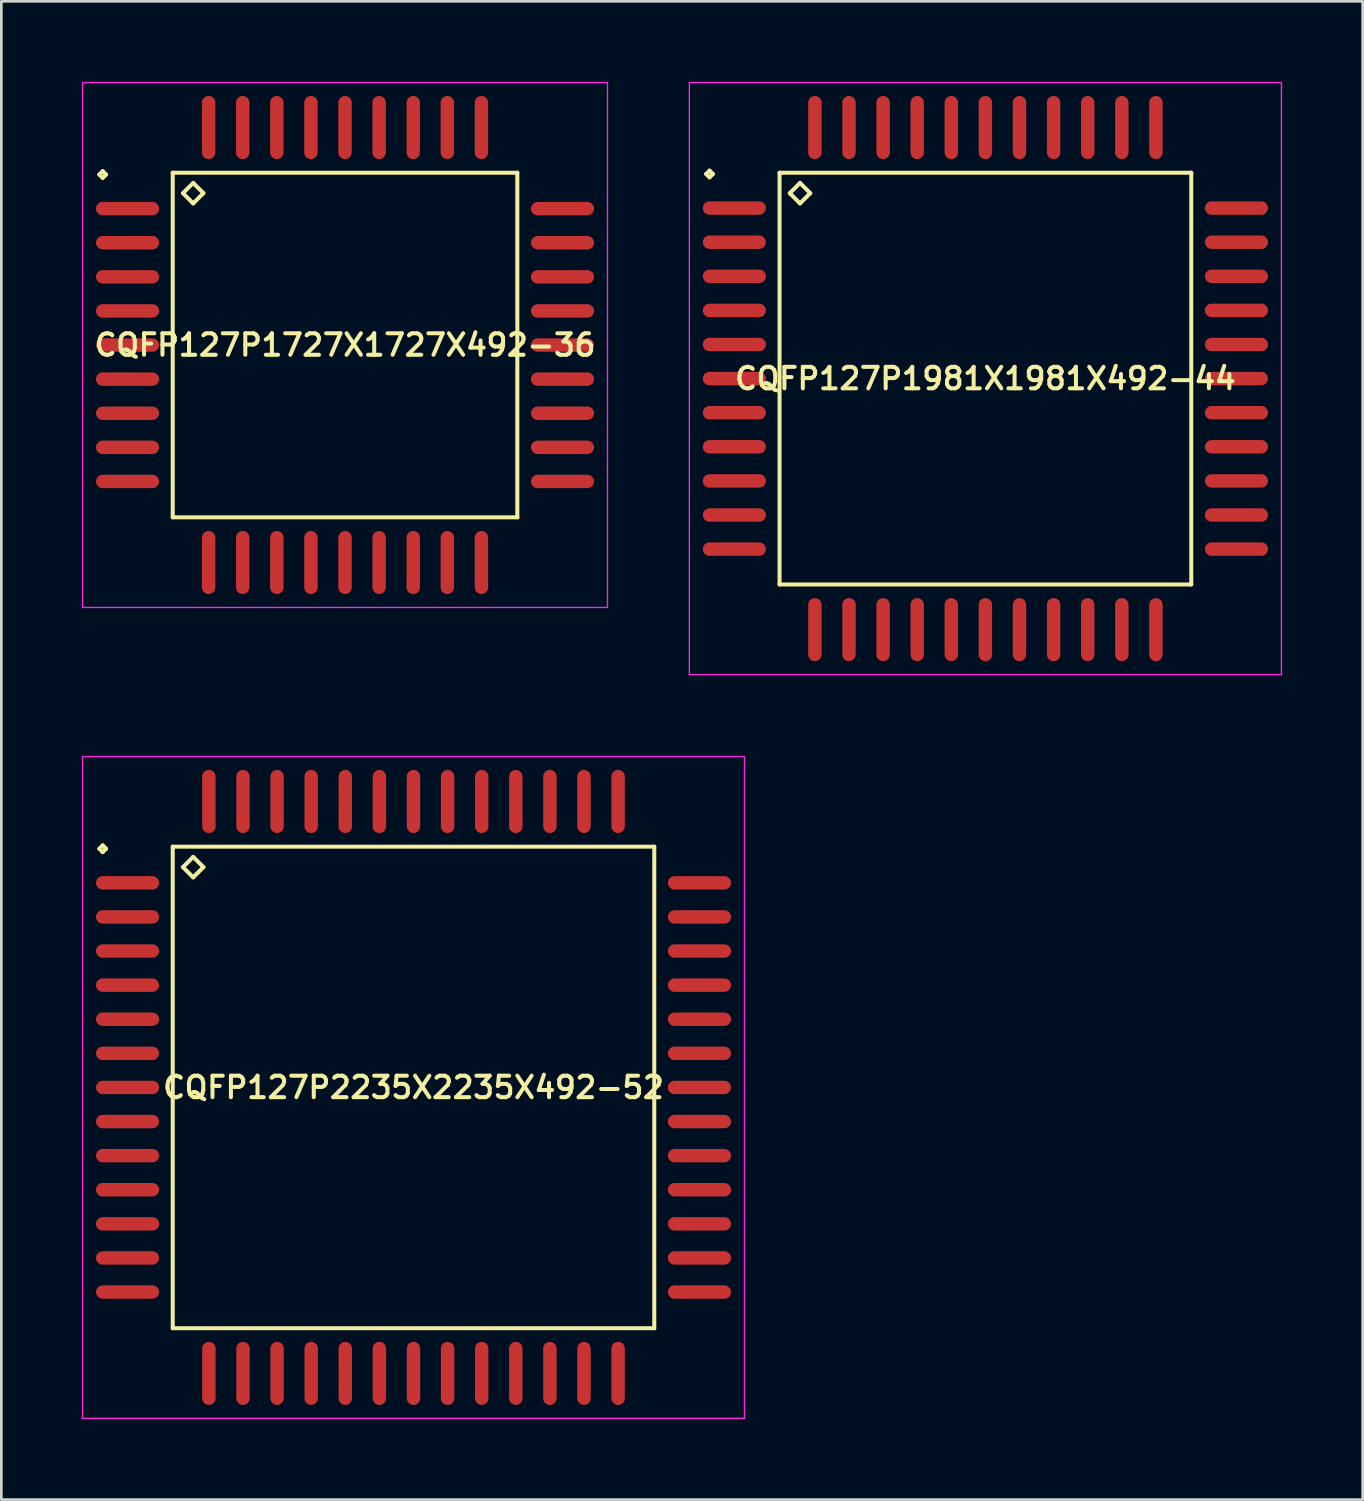
<source format=kicad_pcb>
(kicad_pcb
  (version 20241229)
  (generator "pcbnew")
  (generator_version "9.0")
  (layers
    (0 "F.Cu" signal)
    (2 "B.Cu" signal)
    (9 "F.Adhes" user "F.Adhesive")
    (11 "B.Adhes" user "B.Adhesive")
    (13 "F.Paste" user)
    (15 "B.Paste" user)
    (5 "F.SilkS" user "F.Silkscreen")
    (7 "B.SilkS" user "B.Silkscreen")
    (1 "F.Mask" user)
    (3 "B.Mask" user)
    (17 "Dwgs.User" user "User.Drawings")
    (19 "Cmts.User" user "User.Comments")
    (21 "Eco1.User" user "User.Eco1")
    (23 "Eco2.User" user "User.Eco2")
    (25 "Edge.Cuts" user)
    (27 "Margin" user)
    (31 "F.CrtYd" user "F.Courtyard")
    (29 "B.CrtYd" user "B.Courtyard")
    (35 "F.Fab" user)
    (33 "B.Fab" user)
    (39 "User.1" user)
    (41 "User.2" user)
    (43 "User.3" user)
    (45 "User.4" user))
  (footprint "CQFP127P1727X1727X492-36"
    (layer "F.Cu")
    (at 9.8 9.8)
    (property "Reference" "CQFP127P1727X1727X492-36" (at 0 0 0) (layer "F.SilkS") (effects (font (size 0.8 0.8) (thickness 0.15))))
    (attr smd)
    (fp_line (start -9.15 -6.35) (end -9.025 -6.475) (stroke (width 0.15) (type solid)) (layer "F.SilkS"))
    (fp_line (start -9.025 -6.475) (end -8.9 -6.35) (stroke (width 0.15) (type solid)) (layer "F.SilkS"))
    (fp_line (start -9.025 -6.225) (end -9.15 -6.35) (stroke (width 0.15) (type solid)) (layer "F.SilkS"))
    (fp_line (start -8.9 -6.35) (end -9.025 -6.225) (stroke (width 0.15) (type solid)) (layer "F.SilkS"))
    (fp_line (start -6.417 -6.417) (end -6.417 6.417) (stroke (width 0.15) (type solid)) (layer "F.SilkS"))
    (fp_line (start -6.417 6.417) (end 6.417 6.417) (stroke (width 0.15) (type solid)) (layer "F.SilkS"))
    (fp_line (start -6.036 -5.655) (end -5.655 -6.036) (stroke (width 0.15) (type solid)) (layer "F.SilkS"))
    (fp_line (start -5.655 -6.036) (end -5.274 -5.655) (stroke (width 0.15) (type solid)) (layer "F.SilkS"))
    (fp_line (start -5.655 -5.274) (end -6.036 -5.655) (stroke (width 0.15) (type solid)) (layer "F.SilkS"))
    (fp_line (start -5.274 -5.655) (end -5.655 -5.274) (stroke (width 0.15) (type solid)) (layer "F.SilkS"))
    (fp_line (start 6.417 -6.417) (end -6.417 -6.417) (stroke (width 0.15) (type solid)) (layer "F.SilkS"))
    (fp_line (start 6.417 6.417) (end 6.417 -6.417) (stroke (width 0.15) (type solid)) (layer "F.SilkS"))
    (fp_line (start -9.775 -9.775) (end 9.775 -9.775) (stroke (width 0.05) (type solid)) (layer "F.CrtYd"))
    (fp_line (start -9.775 9.775) (end -9.775 -9.775) (stroke (width 0.05) (type solid)) (layer "F.CrtYd"))
    (fp_line (start 9.775 -9.775) (end 9.775 9.775) (stroke (width 0.05) (type solid)) (layer "F.CrtYd"))
    (fp_line (start 9.775 9.775) (end -9.775 9.775) (stroke (width 0.05) (type solid)) (layer "F.CrtYd"))
    (pad "1" smd oval (at -8.1 -5.08) (size 2.35 0.5) (layers "F.Cu" "F.Mask" "F.Paste"))
    (pad "2" smd oval (at -8.1 -3.81) (size 2.35 0.5) (layers "F.Cu" "F.Mask" "F.Paste"))
    (pad "3" smd oval (at -8.1 -2.54) (size 2.35 0.5) (layers "F.Cu" "F.Mask" "F.Paste"))
    (pad "4" smd oval (at -8.1 -1.27) (size 2.35 0.5) (layers "F.Cu" "F.Mask" "F.Paste"))
    (pad "5" smd oval (at -8.1 0) (size 2.35 0.5) (layers "F.Cu" "F.Mask" "F.Paste"))
    (pad "6" smd oval (at -8.1 1.27) (size 2.35 0.5) (layers "F.Cu" "F.Mask" "F.Paste"))
    (pad "7" smd oval (at -8.1 2.54) (size 2.35 0.5) (layers "F.Cu" "F.Mask" "F.Paste"))
    (pad "8" smd oval (at -8.1 3.81) (size 2.35 0.5) (layers "F.Cu" "F.Mask" "F.Paste"))
    (pad "9" smd oval (at -8.1 5.08) (size 2.35 0.5) (layers "F.Cu" "F.Mask" "F.Paste"))
    (pad "10" smd oval (at -5.08 8.1) (size 0.5 2.35) (layers "F.Cu" "F.Mask" "F.Paste"))
    (pad "11" smd oval (at -3.81 8.1) (size 0.5 2.35) (layers "F.Cu" "F.Mask" "F.Paste"))
    (pad "12" smd oval (at -2.54 8.1) (size 0.5 2.35) (layers "F.Cu" "F.Mask" "F.Paste"))
    (pad "13" smd oval (at -1.27 8.1) (size 0.5 2.35) (layers "F.Cu" "F.Mask" "F.Paste"))
    (pad "14" smd oval (at 0 8.1) (size 0.5 2.35) (layers "F.Cu" "F.Mask" "F.Paste"))
    (pad "15" smd oval (at 1.27 8.1) (size 0.5 2.35) (layers "F.Cu" "F.Mask" "F.Paste"))
    (pad "16" smd oval (at 2.54 8.1) (size 0.5 2.35) (layers "F.Cu" "F.Mask" "F.Paste"))
    (pad "17" smd oval (at 3.81 8.1) (size 0.5 2.35) (layers "F.Cu" "F.Mask" "F.Paste"))
    (pad "18" smd oval (at 5.08 8.1) (size 0.5 2.35) (layers "F.Cu" "F.Mask" "F.Paste"))
    (pad "19" smd oval (at 8.1 5.08) (size 2.35 0.5) (layers "F.Cu" "F.Mask" "F.Paste"))
    (pad "20" smd oval (at 8.1 3.81) (size 2.35 0.5) (layers "F.Cu" "F.Mask" "F.Paste"))
    (pad "21" smd oval (at 8.1 2.54) (size 2.35 0.5) (layers "F.Cu" "F.Mask" "F.Paste"))
    (pad "22" smd oval (at 8.1 1.27) (size 2.35 0.5) (layers "F.Cu" "F.Mask" "F.Paste"))
    (pad "23" smd oval (at 8.1 0) (size 2.35 0.5) (layers "F.Cu" "F.Mask" "F.Paste"))
    (pad "24" smd oval (at 8.1 -1.27) (size 2.35 0.5) (layers "F.Cu" "F.Mask" "F.Paste"))
    (pad "25" smd oval (at 8.1 -2.54) (size 2.35 0.5) (layers "F.Cu" "F.Mask" "F.Paste"))
    (pad "26" smd oval (at 8.1 -3.81) (size 2.35 0.5) (layers "F.Cu" "F.Mask" "F.Paste"))
    (pad "27" smd oval (at 8.1 -5.08) (size 2.35 0.5) (layers "F.Cu" "F.Mask" "F.Paste"))
    (pad "28" smd oval (at 5.08 -8.1) (size 0.5 2.35) (layers "F.Cu" "F.Mask" "F.Paste"))
    (pad "29" smd oval (at 3.81 -8.1) (size 0.5 2.35) (layers "F.Cu" "F.Mask" "F.Paste"))
    (pad "30" smd oval (at 2.54 -8.1) (size 0.5 2.35) (layers "F.Cu" "F.Mask" "F.Paste"))
    (pad "31" smd oval (at 1.27 -8.1) (size 0.5 2.35) (layers "F.Cu" "F.Mask" "F.Paste"))
    (pad "32" smd oval (at 0 -8.1) (size 0.5 2.35) (layers "F.Cu" "F.Mask" "F.Paste"))
    (pad "33" smd oval (at -1.27 -8.1) (size 0.5 2.35) (layers "F.Cu" "F.Mask" "F.Paste"))
    (pad "34" smd oval (at -2.54 -8.1) (size 0.5 2.35) (layers "F.Cu" "F.Mask" "F.Paste"))
    (pad "35" smd oval (at -3.81 -8.1) (size 0.5 2.35) (layers "F.Cu" "F.Mask" "F.Paste"))
    (pad "36" smd oval (at -5.08 -8.1) (size 0.5 2.35) (layers "F.Cu" "F.Mask" "F.Paste")))
  (footprint "CQFP127P2235X2235X492-52"
    (layer "F.Cu")
    (at 12.35 37.45)
    (property "Reference" "CQFP127P2235X2235X492-52" (at 0 0 0) (layer "F.SilkS") (effects (font (size 0.8 0.8) (thickness 0.15))))
    (attr smd)
    (fp_line (start -11.7 -8.89) (end -11.575 -9.015) (stroke (width 0.15) (type solid)) (layer "F.SilkS"))
    (fp_line (start -11.575 -9.015) (end -11.45 -8.89) (stroke (width 0.15) (type solid)) (layer "F.SilkS"))
    (fp_line (start -11.575 -8.765) (end -11.7 -8.89) (stroke (width 0.15) (type solid)) (layer "F.SilkS"))
    (fp_line (start -11.45 -8.89) (end -11.575 -8.765) (stroke (width 0.15) (type solid)) (layer "F.SilkS"))
    (fp_line (start -8.967 -8.967) (end -8.967 8.967) (stroke (width 0.15) (type solid)) (layer "F.SilkS"))
    (fp_line (start -8.967 8.967) (end 8.967 8.967) (stroke (width 0.15) (type solid)) (layer "F.SilkS"))
    (fp_line (start -8.586 -8.205) (end -8.205 -8.586) (stroke (width 0.15) (type solid)) (layer "F.SilkS"))
    (fp_line (start -8.205 -8.586) (end -7.824 -8.205) (stroke (width 0.15) (type solid)) (layer "F.SilkS"))
    (fp_line (start -8.205 -7.824) (end -8.586 -8.205) (stroke (width 0.15) (type solid)) (layer "F.SilkS"))
    (fp_line (start -7.824 -8.205) (end -8.205 -7.824) (stroke (width 0.15) (type solid)) (layer "F.SilkS"))
    (fp_line (start 8.967 -8.967) (end -8.967 -8.967) (stroke (width 0.15) (type solid)) (layer "F.SilkS"))
    (fp_line (start 8.967 8.967) (end 8.967 -8.967) (stroke (width 0.15) (type solid)) (layer "F.SilkS"))
    (fp_line (start -12.325 -12.325) (end 12.325 -12.325) (stroke (width 0.05) (type solid)) (layer "F.CrtYd"))
    (fp_line (start -12.325 12.325) (end -12.325 -12.325) (stroke (width 0.05) (type solid)) (layer "F.CrtYd"))
    (fp_line (start 12.325 -12.325) (end 12.325 12.325) (stroke (width 0.05) (type solid)) (layer "F.CrtYd"))
    (fp_line (start 12.325 12.325) (end -12.325 12.325) (stroke (width 0.05) (type solid)) (layer "F.CrtYd"))
    (pad "1" smd oval (at -10.65 -7.62) (size 2.35 0.5) (layers "F.Cu" "F.Mask" "F.Paste"))
    (pad "2" smd oval (at -10.65 -6.35) (size 2.35 0.5) (layers "F.Cu" "F.Mask" "F.Paste"))
    (pad "3" smd oval (at -10.65 -5.08) (size 2.35 0.5) (layers "F.Cu" "F.Mask" "F.Paste"))
    (pad "4" smd oval (at -10.65 -3.81) (size 2.35 0.5) (layers "F.Cu" "F.Mask" "F.Paste"))
    (pad "5" smd oval (at -10.65 -2.54) (size 2.35 0.5) (layers "F.Cu" "F.Mask" "F.Paste"))
    (pad "6" smd oval (at -10.65 -1.27) (size 2.35 0.5) (layers "F.Cu" "F.Mask" "F.Paste"))
    (pad "7" smd oval (at -10.65 0) (size 2.35 0.5) (layers "F.Cu" "F.Mask" "F.Paste"))
    (pad "8" smd oval (at -10.65 1.27) (size 2.35 0.5) (layers "F.Cu" "F.Mask" "F.Paste"))
    (pad "9" smd oval (at -10.65 2.54) (size 2.35 0.5) (layers "F.Cu" "F.Mask" "F.Paste"))
    (pad "10" smd oval (at -10.65 3.81) (size 2.35 0.5) (layers "F.Cu" "F.Mask" "F.Paste"))
    (pad "11" smd oval (at -10.65 5.08) (size 2.35 0.5) (layers "F.Cu" "F.Mask" "F.Paste"))
    (pad "12" smd oval (at -10.65 6.35) (size 2.35 0.5) (layers "F.Cu" "F.Mask" "F.Paste"))
    (pad "13" smd oval (at -10.65 7.62) (size 2.35 0.5) (layers "F.Cu" "F.Mask" "F.Paste"))
    (pad "14" smd oval (at -7.62 10.65) (size 0.5 2.35) (layers "F.Cu" "F.Mask" "F.Paste"))
    (pad "15" smd oval (at -6.35 10.65) (size 0.5 2.35) (layers "F.Cu" "F.Mask" "F.Paste"))
    (pad "16" smd oval (at -5.08 10.65) (size 0.5 2.35) (layers "F.Cu" "F.Mask" "F.Paste"))
    (pad "17" smd oval (at -3.81 10.65) (size 0.5 2.35) (layers "F.Cu" "F.Mask" "F.Paste"))
    (pad "18" smd oval (at -2.54 10.65) (size 0.5 2.35) (layers "F.Cu" "F.Mask" "F.Paste"))
    (pad "19" smd oval (at -1.27 10.65) (size 0.5 2.35) (layers "F.Cu" "F.Mask" "F.Paste"))
    (pad "20" smd oval (at 0 10.65) (size 0.5 2.35) (layers "F.Cu" "F.Mask" "F.Paste"))
    (pad "21" smd oval (at 1.27 10.65) (size 0.5 2.35) (layers "F.Cu" "F.Mask" "F.Paste"))
    (pad "22" smd oval (at 2.54 10.65) (size 0.5 2.35) (layers "F.Cu" "F.Mask" "F.Paste"))
    (pad "23" smd oval (at 3.81 10.65) (size 0.5 2.35) (layers "F.Cu" "F.Mask" "F.Paste"))
    (pad "24" smd oval (at 5.08 10.65) (size 0.5 2.35) (layers "F.Cu" "F.Mask" "F.Paste"))
    (pad "25" smd oval (at 6.35 10.65) (size 0.5 2.35) (layers "F.Cu" "F.Mask" "F.Paste"))
    (pad "26" smd oval (at 7.62 10.65) (size 0.5 2.35) (layers "F.Cu" "F.Mask" "F.Paste"))
    (pad "27" smd oval (at 10.65 7.62) (size 2.35 0.5) (layers "F.Cu" "F.Mask" "F.Paste"))
    (pad "28" smd oval (at 10.65 6.35) (size 2.35 0.5) (layers "F.Cu" "F.Mask" "F.Paste"))
    (pad "29" smd oval (at 10.65 5.08) (size 2.35 0.5) (layers "F.Cu" "F.Mask" "F.Paste"))
    (pad "30" smd oval (at 10.65 3.81) (size 2.35 0.5) (layers "F.Cu" "F.Mask" "F.Paste"))
    (pad "31" smd oval (at 10.65 2.54) (size 2.35 0.5) (layers "F.Cu" "F.Mask" "F.Paste"))
    (pad "32" smd oval (at 10.65 1.27) (size 2.35 0.5) (layers "F.Cu" "F.Mask" "F.Paste"))
    (pad "33" smd oval (at 10.65 0) (size 2.35 0.5) (layers "F.Cu" "F.Mask" "F.Paste"))
    (pad "34" smd oval (at 10.65 -1.27) (size 2.35 0.5) (layers "F.Cu" "F.Mask" "F.Paste"))
    (pad "35" smd oval (at 10.65 -2.54) (size 2.35 0.5) (layers "F.Cu" "F.Mask" "F.Paste"))
    (pad "36" smd oval (at 10.65 -3.81) (size 2.35 0.5) (layers "F.Cu" "F.Mask" "F.Paste"))
    (pad "37" smd oval (at 10.65 -5.08) (size 2.35 0.5) (layers "F.Cu" "F.Mask" "F.Paste"))
    (pad "38" smd oval (at 10.65 -6.35) (size 2.35 0.5) (layers "F.Cu" "F.Mask" "F.Paste"))
    (pad "39" smd oval (at 10.65 -7.62) (size 2.35 0.5) (layers "F.Cu" "F.Mask" "F.Paste"))
    (pad "40" smd oval (at 7.62 -10.65) (size 0.5 2.35) (layers "F.Cu" "F.Mask" "F.Paste"))
    (pad "41" smd oval (at 6.35 -10.65) (size 0.5 2.35) (layers "F.Cu" "F.Mask" "F.Paste"))
    (pad "42" smd oval (at 5.08 -10.65) (size 0.5 2.35) (layers "F.Cu" "F.Mask" "F.Paste"))
    (pad "43" smd oval (at 3.81 -10.65) (size 0.5 2.35) (layers "F.Cu" "F.Mask" "F.Paste"))
    (pad "44" smd oval (at 2.54 -10.65) (size 0.5 2.35) (layers "F.Cu" "F.Mask" "F.Paste"))
    (pad "45" smd oval (at 1.27 -10.65) (size 0.5 2.35) (layers "F.Cu" "F.Mask" "F.Paste"))
    (pad "46" smd oval (at 0 -10.65) (size 0.5 2.35) (layers "F.Cu" "F.Mask" "F.Paste"))
    (pad "47" smd oval (at -1.27 -10.65) (size 0.5 2.35) (layers "F.Cu" "F.Mask" "F.Paste"))
    (pad "48" smd oval (at -2.54 -10.65) (size 0.5 2.35) (layers "F.Cu" "F.Mask" "F.Paste"))
    (pad "49" smd oval (at -3.81 -10.65) (size 0.5 2.35) (layers "F.Cu" "F.Mask" "F.Paste"))
    (pad "50" smd oval (at -5.08 -10.65) (size 0.5 2.35) (layers "F.Cu" "F.Mask" "F.Paste"))
    (pad "51" smd oval (at -6.35 -10.65) (size 0.5 2.35) (layers "F.Cu" "F.Mask" "F.Paste"))
    (pad "52" smd oval (at -7.62 -10.65) (size 0.5 2.35) (layers "F.Cu" "F.Mask" "F.Paste")))
  (footprint "CQFP127P1981X1981X492-44"
    (layer "F.Cu")
    (at 33.65 11.05)
    (property "Reference" "CQFP127P1981X1981X492-44" (at 0 0 0) (layer "F.SilkS") (effects (font (size 0.8 0.8) (thickness 0.15))))
    (attr smd)
    (fp_line (start -10.4 -7.62) (end -10.275 -7.745) (stroke (width 0.15) (type solid)) (layer "F.SilkS"))
    (fp_line (start -10.275 -7.745) (end -10.15 -7.62) (stroke (width 0.15) (type solid)) (layer "F.SilkS"))
    (fp_line (start -10.275 -7.495) (end -10.4 -7.62) (stroke (width 0.15) (type solid)) (layer "F.SilkS"))
    (fp_line (start -10.15 -7.62) (end -10.275 -7.495) (stroke (width 0.15) (type solid)) (layer "F.SilkS"))
    (fp_line (start -7.667 -7.667) (end -7.667 7.667) (stroke (width 0.15) (type solid)) (layer "F.SilkS"))
    (fp_line (start -7.667 7.667) (end 7.667 7.667) (stroke (width 0.15) (type solid)) (layer "F.SilkS"))
    (fp_line (start -7.286 -6.905) (end -6.905 -7.286) (stroke (width 0.15) (type solid)) (layer "F.SilkS"))
    (fp_line (start -6.905 -7.286) (end -6.524 -6.905) (stroke (width 0.15) (type solid)) (layer "F.SilkS"))
    (fp_line (start -6.905 -6.524) (end -7.286 -6.905) (stroke (width 0.15) (type solid)) (layer "F.SilkS"))
    (fp_line (start -6.524 -6.905) (end -6.905 -6.524) (stroke (width 0.15) (type solid)) (layer "F.SilkS"))
    (fp_line (start 7.667 -7.667) (end -7.667 -7.667) (stroke (width 0.15) (type solid)) (layer "F.SilkS"))
    (fp_line (start 7.667 7.667) (end 7.667 -7.667) (stroke (width 0.15) (type solid)) (layer "F.SilkS"))
    (fp_line (start -11.025 -11.025) (end 11.025 -11.025) (stroke (width 0.05) (type solid)) (layer "F.CrtYd"))
    (fp_line (start -11.025 11.025) (end -11.025 -11.025) (stroke (width 0.05) (type solid)) (layer "F.CrtYd"))
    (fp_line (start 11.025 -11.025) (end 11.025 11.025) (stroke (width 0.05) (type solid)) (layer "F.CrtYd"))
    (fp_line (start 11.025 11.025) (end -11.025 11.025) (stroke (width 0.05) (type solid)) (layer "F.CrtYd"))
    (pad "1" smd oval (at -9.35 -6.35) (size 2.35 0.5) (layers "F.Cu" "F.Mask" "F.Paste"))
    (pad "2" smd oval (at -9.35 -5.08) (size 2.35 0.5) (layers "F.Cu" "F.Mask" "F.Paste"))
    (pad "3" smd oval (at -9.35 -3.81) (size 2.35 0.5) (layers "F.Cu" "F.Mask" "F.Paste"))
    (pad "4" smd oval (at -9.35 -2.54) (size 2.35 0.5) (layers "F.Cu" "F.Mask" "F.Paste"))
    (pad "5" smd oval (at -9.35 -1.27) (size 2.35 0.5) (layers "F.Cu" "F.Mask" "F.Paste"))
    (pad "6" smd oval (at -9.35 0) (size 2.35 0.5) (layers "F.Cu" "F.Mask" "F.Paste"))
    (pad "7" smd oval (at -9.35 1.27) (size 2.35 0.5) (layers "F.Cu" "F.Mask" "F.Paste"))
    (pad "8" smd oval (at -9.35 2.54) (size 2.35 0.5) (layers "F.Cu" "F.Mask" "F.Paste"))
    (pad "9" smd oval (at -9.35 3.81) (size 2.35 0.5) (layers "F.Cu" "F.Mask" "F.Paste"))
    (pad "10" smd oval (at -9.35 5.08) (size 2.35 0.5) (layers "F.Cu" "F.Mask" "F.Paste"))
    (pad "11" smd oval (at -9.35 6.35) (size 2.35 0.5) (layers "F.Cu" "F.Mask" "F.Paste"))
    (pad "12" smd oval (at -6.35 9.35) (size 0.5 2.35) (layers "F.Cu" "F.Mask" "F.Paste"))
    (pad "13" smd oval (at -5.08 9.35) (size 0.5 2.35) (layers "F.Cu" "F.Mask" "F.Paste"))
    (pad "14" smd oval (at -3.81 9.35) (size 0.5 2.35) (layers "F.Cu" "F.Mask" "F.Paste"))
    (pad "15" smd oval (at -2.54 9.35) (size 0.5 2.35) (layers "F.Cu" "F.Mask" "F.Paste"))
    (pad "16" smd oval (at -1.27 9.35) (size 0.5 2.35) (layers "F.Cu" "F.Mask" "F.Paste"))
    (pad "17" smd oval (at 0 9.35) (size 0.5 2.35) (layers "F.Cu" "F.Mask" "F.Paste"))
    (pad "18" smd oval (at 1.27 9.35) (size 0.5 2.35) (layers "F.Cu" "F.Mask" "F.Paste"))
    (pad "19" smd oval (at 2.54 9.35) (size 0.5 2.35) (layers "F.Cu" "F.Mask" "F.Paste"))
    (pad "20" smd oval (at 3.81 9.35) (size 0.5 2.35) (layers "F.Cu" "F.Mask" "F.Paste"))
    (pad "21" smd oval (at 5.08 9.35) (size 0.5 2.35) (layers "F.Cu" "F.Mask" "F.Paste"))
    (pad "22" smd oval (at 6.35 9.35) (size 0.5 2.35) (layers "F.Cu" "F.Mask" "F.Paste"))
    (pad "23" smd oval (at 9.35 6.35) (size 2.35 0.5) (layers "F.Cu" "F.Mask" "F.Paste"))
    (pad "24" smd oval (at 9.35 5.08) (size 2.35 0.5) (layers "F.Cu" "F.Mask" "F.Paste"))
    (pad "25" smd oval (at 9.35 3.81) (size 2.35 0.5) (layers "F.Cu" "F.Mask" "F.Paste"))
    (pad "26" smd oval (at 9.35 2.54) (size 2.35 0.5) (layers "F.Cu" "F.Mask" "F.Paste"))
    (pad "27" smd oval (at 9.35 1.27) (size 2.35 0.5) (layers "F.Cu" "F.Mask" "F.Paste"))
    (pad "28" smd oval (at 9.35 0) (size 2.35 0.5) (layers "F.Cu" "F.Mask" "F.Paste"))
    (pad "29" smd oval (at 9.35 -1.27) (size 2.35 0.5) (layers "F.Cu" "F.Mask" "F.Paste"))
    (pad "30" smd oval (at 9.35 -2.54) (size 2.35 0.5) (layers "F.Cu" "F.Mask" "F.Paste"))
    (pad "31" smd oval (at 9.35 -3.81) (size 2.35 0.5) (layers "F.Cu" "F.Mask" "F.Paste"))
    (pad "32" smd oval (at 9.35 -5.08) (size 2.35 0.5) (layers "F.Cu" "F.Mask" "F.Paste"))
    (pad "33" smd oval (at 9.35 -6.35) (size 2.35 0.5) (layers "F.Cu" "F.Mask" "F.Paste"))
    (pad "34" smd oval (at 6.35 -9.35) (size 0.5 2.35) (layers "F.Cu" "F.Mask" "F.Paste"))
    (pad "35" smd oval (at 5.08 -9.35) (size 0.5 2.35) (layers "F.Cu" "F.Mask" "F.Paste"))
    (pad "36" smd oval (at 3.81 -9.35) (size 0.5 2.35) (layers "F.Cu" "F.Mask" "F.Paste"))
    (pad "37" smd oval (at 2.54 -9.35) (size 0.5 2.35) (layers "F.Cu" "F.Mask" "F.Paste"))
    (pad "38" smd oval (at 1.27 -9.35) (size 0.5 2.35) (layers "F.Cu" "F.Mask" "F.Paste"))
    (pad "39" smd oval (at 0 -9.35) (size 0.5 2.35) (layers "F.Cu" "F.Mask" "F.Paste"))
    (pad "40" smd oval (at -1.27 -9.35) (size 0.5 2.35) (layers "F.Cu" "F.Mask" "F.Paste"))
    (pad "41" smd oval (at -2.54 -9.35) (size 0.5 2.35) (layers "F.Cu" "F.Mask" "F.Paste"))
    (pad "42" smd oval (at -3.81 -9.35) (size 0.5 2.35) (layers "F.Cu" "F.Mask" "F.Paste"))
    (pad "43" smd oval (at -5.08 -9.35) (size 0.5 2.35) (layers "F.Cu" "F.Mask" "F.Paste"))
    (pad "44" smd oval (at -6.35 -9.35) (size 0.5 2.35) (layers "F.Cu" "F.Mask" "F.Paste")))
  (gr_rect
    (start -3 -3)
    (end 47.7 52.8)
    (stroke (width 0.1) (type default))
    (fill no)
    (layer "Edge.Cuts")))
</source>
